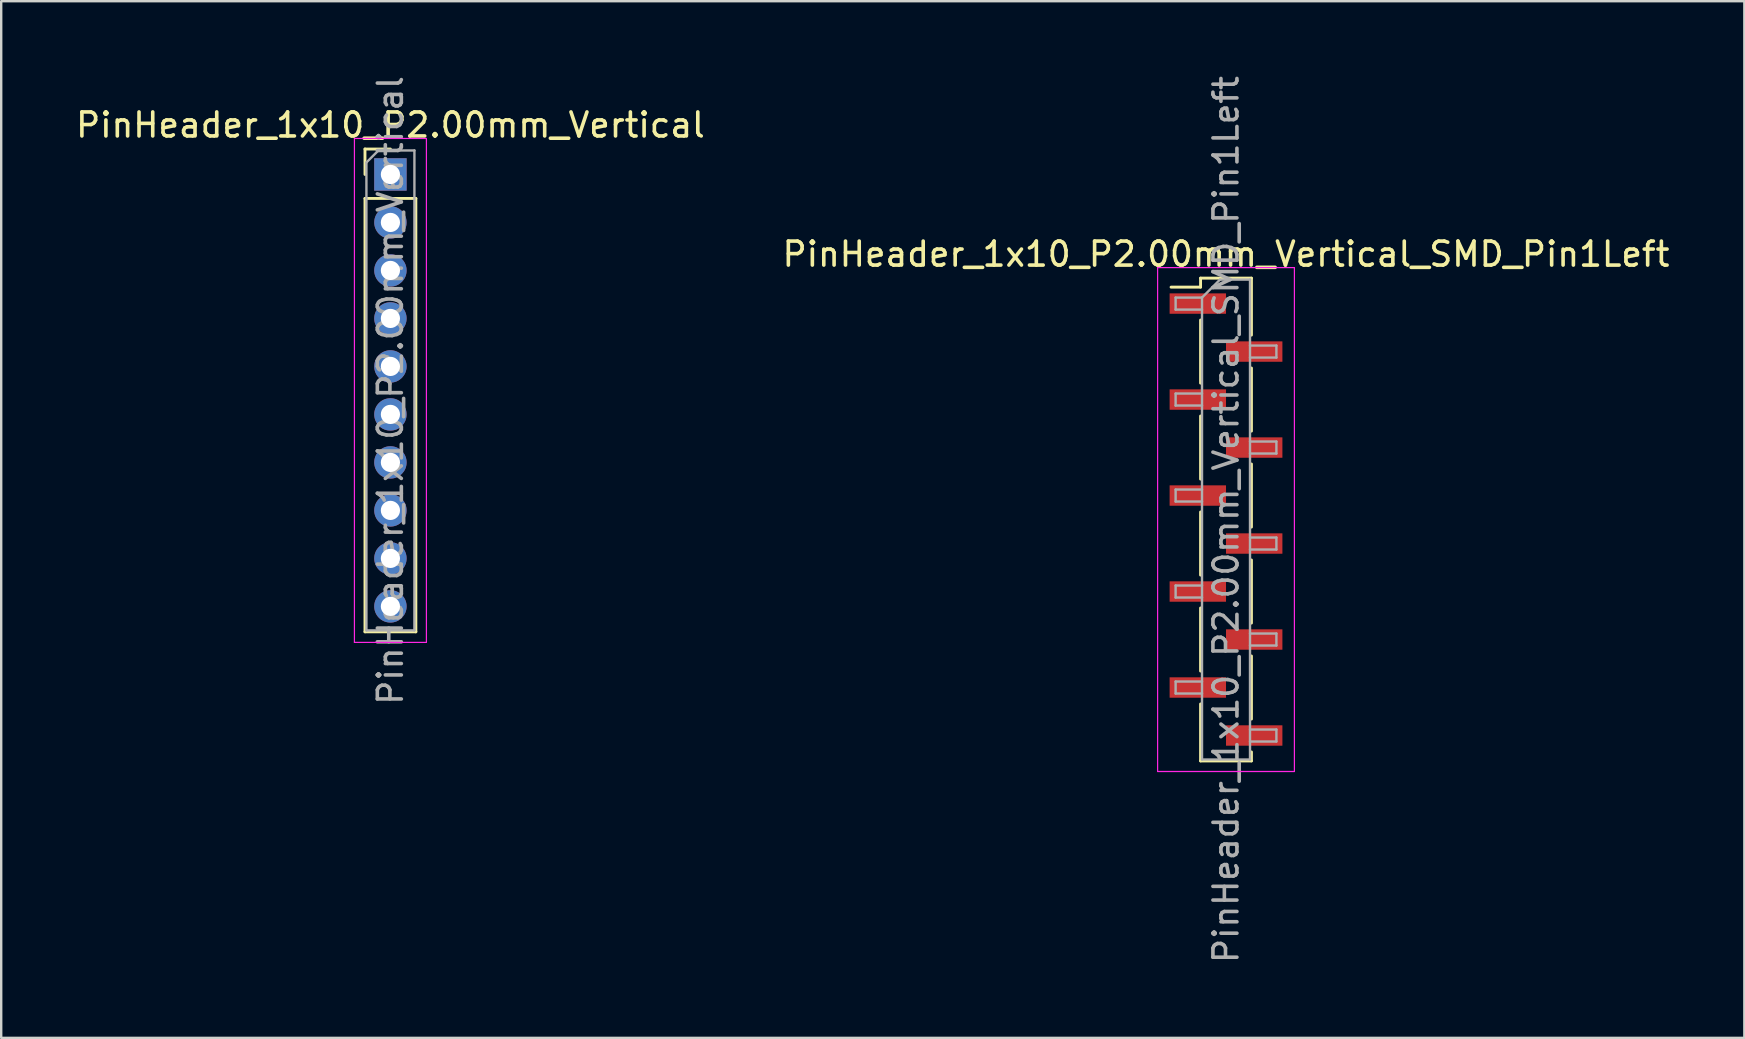
<source format=kicad_pcb>
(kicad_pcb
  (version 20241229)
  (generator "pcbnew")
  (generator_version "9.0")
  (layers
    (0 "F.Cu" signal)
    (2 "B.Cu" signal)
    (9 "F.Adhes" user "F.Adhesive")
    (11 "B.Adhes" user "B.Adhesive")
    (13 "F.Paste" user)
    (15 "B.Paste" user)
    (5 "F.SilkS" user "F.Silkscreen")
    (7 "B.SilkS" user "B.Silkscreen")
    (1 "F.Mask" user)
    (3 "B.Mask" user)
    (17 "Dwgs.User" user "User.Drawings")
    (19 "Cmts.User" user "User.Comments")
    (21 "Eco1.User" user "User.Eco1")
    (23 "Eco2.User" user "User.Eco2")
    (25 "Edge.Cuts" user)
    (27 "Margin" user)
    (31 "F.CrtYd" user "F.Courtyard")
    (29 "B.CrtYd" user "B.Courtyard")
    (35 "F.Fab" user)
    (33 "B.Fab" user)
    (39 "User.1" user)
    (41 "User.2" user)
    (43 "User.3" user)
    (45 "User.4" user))
  (footprint "PinHeader_1x10_P2.00mm_Vertical"
    (layer "F.Cu")
    (at 13.22 4.22)
    (property "Reference" "PinHeader_1x10_P2.00mm_Vertical" (at 0 -2.06 0) (layer "F.SilkS") (effects (font (size 1 1) (thickness 0.15))))
    (attr through_hole)
    (fp_line (start -1.06 -1.06) (end 0 -1.06) (stroke (width 0.12) (type solid)) (layer "F.SilkS"))
    (fp_line (start -1.06 0) (end -1.06 -1.06) (stroke (width 0.12) (type solid)) (layer "F.SilkS"))
    (fp_line (start -1.06 1) (end -1.06 19.06) (stroke (width 0.12) (type solid)) (layer "F.SilkS"))
    (fp_line (start -1.06 1) (end 1.06 1) (stroke (width 0.12) (type solid)) (layer "F.SilkS"))
    (fp_line (start -1.06 19.06) (end 1.06 19.06) (stroke (width 0.12) (type solid)) (layer "F.SilkS"))
    (fp_line (start 1.06 1) (end 1.06 19.06) (stroke (width 0.12) (type solid)) (layer "F.SilkS"))
    (fp_line (start -1.5 -1.5) (end -1.5 19.5) (stroke (width 0.05) (type solid)) (layer "F.CrtYd"))
    (fp_line (start -1.5 19.5) (end 1.5 19.5) (stroke (width 0.05) (type solid)) (layer "F.CrtYd"))
    (fp_line (start 1.5 -1.5) (end -1.5 -1.5) (stroke (width 0.05) (type solid)) (layer "F.CrtYd"))
    (fp_line (start 1.5 19.5) (end 1.5 -1.5) (stroke (width 0.05) (type solid)) (layer "F.CrtYd"))
    (fp_line (start -1 -0.5) (end -0.5 -1) (stroke (width 0.1) (type solid)) (layer "F.Fab"))
    (fp_line (start -1 19) (end -1 -0.5) (stroke (width 0.1) (type solid)) (layer "F.Fab"))
    (fp_line (start -0.5 -1) (end 1 -1) (stroke (width 0.1) (type solid)) (layer "F.Fab"))
    (fp_line (start 1 -1) (end 1 19) (stroke (width 0.1) (type solid)) (layer "F.Fab"))
    (fp_line (start 1 19) (end -1 19) (stroke (width 0.1) (type solid)) (layer "F.Fab"))
    (fp_text user "${REFERENCE}" (at 0 9 90) (layer "F.Fab") (effects (font (size 1 1) (thickness 0.15))))
    (pad "1" thru_hole rect (at 0 0) (size 1.35 1.35) (drill 0.8) (layers "*.Cu" "*.Mask"))
    (pad "2" thru_hole oval (at 0 2) (size 1.35 1.35) (drill 0.8) (layers "*.Cu" "*.Mask"))
    (pad "3" thru_hole oval (at 0 4) (size 1.35 1.35) (drill 0.8) (layers "*.Cu" "*.Mask"))
    (pad "4" thru_hole oval (at 0 6) (size 1.35 1.35) (drill 0.8) (layers "*.Cu" "*.Mask"))
    (pad "5" thru_hole oval (at 0 8) (size 1.35 1.35) (drill 0.8) (layers "*.Cu" "*.Mask"))
    (pad "6" thru_hole oval (at 0 10) (size 1.35 1.35) (drill 0.8) (layers "*.Cu" "*.Mask"))
    (pad "7" thru_hole oval (at 0 12) (size 1.35 1.35) (drill 0.8) (layers "*.Cu" "*.Mask"))
    (pad "8" thru_hole oval (at 0 14) (size 1.35 1.35) (drill 0.8) (layers "*.Cu" "*.Mask"))
    (pad "9" thru_hole oval (at 0 16) (size 1.35 1.35) (drill 0.8) (layers "*.Cu" "*.Mask"))
    (pad "10" thru_hole oval (at 0 18) (size 1.35 1.35) (drill 0.8) (layers "*.Cu" "*.Mask")))
  (footprint "PinHeader_1x10_P2.00mm_Vertical_SMD_Pin1Left"
    (layer "F.Cu")
    (at 48.042 18.601)
    (property "Reference" "PinHeader_1x10_P2.00mm_Vertical_SMD_Pin1Left" (at 0 -11.06 0) (layer "F.SilkS") (effects (font (size 1 1) (thickness 0.15))))
    (attr smd)
    (fp_line (start -1.06 -10.06) (end -1.06 -9.685) (stroke (width 0.12) (type solid)) (layer "F.SilkS"))
    (fp_line (start -1.06 -10.06) (end 1.06 -10.06) (stroke (width 0.12) (type solid)) (layer "F.SilkS"))
    (fp_line (start -1.06 -9.685) (end -2.29 -9.685) (stroke (width 0.12) (type solid)) (layer "F.SilkS"))
    (fp_line (start -1.06 -8.315) (end -1.06 -5.685) (stroke (width 0.12) (type solid)) (layer "F.SilkS"))
    (fp_line (start -1.06 -4.315) (end -1.06 -1.685) (stroke (width 0.12) (type solid)) (layer "F.SilkS"))
    (fp_line (start -1.06 -0.315) (end -1.06 2.315) (stroke (width 0.12) (type solid)) (layer "F.SilkS"))
    (fp_line (start -1.06 3.685) (end -1.06 6.315) (stroke (width 0.12) (type solid)) (layer "F.SilkS"))
    (fp_line (start -1.06 7.685) (end -1.06 10.06) (stroke (width 0.12) (type solid)) (layer "F.SilkS"))
    (fp_line (start -1.06 10.06) (end 1.06 10.06) (stroke (width 0.12) (type solid)) (layer "F.SilkS"))
    (fp_line (start 1.06 -10.06) (end 1.06 -7.685) (stroke (width 0.12) (type solid)) (layer "F.SilkS"))
    (fp_line (start 1.06 -6.315) (end 1.06 -3.685) (stroke (width 0.12) (type solid)) (layer "F.SilkS"))
    (fp_line (start 1.06 -2.315) (end 1.06 0.315) (stroke (width 0.12) (type solid)) (layer "F.SilkS"))
    (fp_line (start 1.06 1.685) (end 1.06 4.315) (stroke (width 0.12) (type solid)) (layer "F.SilkS"))
    (fp_line (start 1.06 5.685) (end 1.06 8.315) (stroke (width 0.12) (type solid)) (layer "F.SilkS"))
    (fp_line (start 1.06 9.685) (end 1.06 10.06) (stroke (width 0.12) (type solid)) (layer "F.SilkS"))
    (fp_line (start -2.85 -10.5) (end -2.85 10.5) (stroke (width 0.05) (type solid)) (layer "F.CrtYd"))
    (fp_line (start -2.85 10.5) (end 2.85 10.5) (stroke (width 0.05) (type solid)) (layer "F.CrtYd"))
    (fp_line (start 2.85 -10.5) (end -2.85 -10.5) (stroke (width 0.05) (type solid)) (layer "F.CrtYd"))
    (fp_line (start 2.85 10.5) (end 2.85 -10.5) (stroke (width 0.05) (type solid)) (layer "F.CrtYd"))
    (fp_line (start -2.1 -9.25) (end -2.1 -8.75) (stroke (width 0.1) (type solid)) (layer "F.Fab"))
    (fp_line (start -2.1 -8.75) (end -1 -8.75) (stroke (width 0.1) (type solid)) (layer "F.Fab"))
    (fp_line (start -2.1 -5.25) (end -2.1 -4.75) (stroke (width 0.1) (type solid)) (layer "F.Fab"))
    (fp_line (start -2.1 -4.75) (end -1 -4.75) (stroke (width 0.1) (type solid)) (layer "F.Fab"))
    (fp_line (start -2.1 -1.25) (end -2.1 -0.75) (stroke (width 0.1) (type solid)) (layer "F.Fab"))
    (fp_line (start -2.1 -0.75) (end -1 -0.75) (stroke (width 0.1) (type solid)) (layer "F.Fab"))
    (fp_line (start -2.1 2.75) (end -2.1 3.25) (stroke (width 0.1) (type solid)) (layer "F.Fab"))
    (fp_line (start -2.1 3.25) (end -1 3.25) (stroke (width 0.1) (type solid)) (layer "F.Fab"))
    (fp_line (start -2.1 6.75) (end -2.1 7.25) (stroke (width 0.1) (type solid)) (layer "F.Fab"))
    (fp_line (start -2.1 7.25) (end -1 7.25) (stroke (width 0.1) (type solid)) (layer "F.Fab"))
    (fp_line (start -1 -9.25) (end -2.1 -9.25) (stroke (width 0.1) (type solid)) (layer "F.Fab"))
    (fp_line (start -1 -9.25) (end -0.25 -10) (stroke (width 0.1) (type solid)) (layer "F.Fab"))
    (fp_line (start -1 -5.25) (end -2.1 -5.25) (stroke (width 0.1) (type solid)) (layer "F.Fab"))
    (fp_line (start -1 -1.25) (end -2.1 -1.25) (stroke (width 0.1) (type solid)) (layer "F.Fab"))
    (fp_line (start -1 2.75) (end -2.1 2.75) (stroke (width 0.1) (type solid)) (layer "F.Fab"))
    (fp_line (start -1 6.75) (end -2.1 6.75) (stroke (width 0.1) (type solid)) (layer "F.Fab"))
    (fp_line (start -1 10) (end -1 -9.25) (stroke (width 0.1) (type solid)) (layer "F.Fab"))
    (fp_line (start -0.25 -10) (end 1 -10) (stroke (width 0.1) (type solid)) (layer "F.Fab"))
    (fp_line (start 1 -10) (end 1 10) (stroke (width 0.1) (type solid)) (layer "F.Fab"))
    (fp_line (start 1 -7.25) (end 2.1 -7.25) (stroke (width 0.1) (type solid)) (layer "F.Fab"))
    (fp_line (start 1 -3.25) (end 2.1 -3.25) (stroke (width 0.1) (type solid)) (layer "F.Fab"))
    (fp_line (start 1 0.75) (end 2.1 0.75) (stroke (width 0.1) (type solid)) (layer "F.Fab"))
    (fp_line (start 1 4.75) (end 2.1 4.75) (stroke (width 0.1) (type solid)) (layer "F.Fab"))
    (fp_line (start 1 8.75) (end 2.1 8.75) (stroke (width 0.1) (type solid)) (layer "F.Fab"))
    (fp_line (start 1 10) (end -1 10) (stroke (width 0.1) (type solid)) (layer "F.Fab"))
    (fp_line (start 2.1 -7.25) (end 2.1 -6.75) (stroke (width 0.1) (type solid)) (layer "F.Fab"))
    (fp_line (start 2.1 -6.75) (end 1 -6.75) (stroke (width 0.1) (type solid)) (layer "F.Fab"))
    (fp_line (start 2.1 -3.25) (end 2.1 -2.75) (stroke (width 0.1) (type solid)) (layer "F.Fab"))
    (fp_line (start 2.1 -2.75) (end 1 -2.75) (stroke (width 0.1) (type solid)) (layer "F.Fab"))
    (fp_line (start 2.1 0.75) (end 2.1 1.25) (stroke (width 0.1) (type solid)) (layer "F.Fab"))
    (fp_line (start 2.1 1.25) (end 1 1.25) (stroke (width 0.1) (type solid)) (layer "F.Fab"))
    (fp_line (start 2.1 4.75) (end 2.1 5.25) (stroke (width 0.1) (type solid)) (layer "F.Fab"))
    (fp_line (start 2.1 5.25) (end 1 5.25) (stroke (width 0.1) (type solid)) (layer "F.Fab"))
    (fp_line (start 2.1 8.75) (end 2.1 9.25) (stroke (width 0.1) (type solid)) (layer "F.Fab"))
    (fp_line (start 2.1 9.25) (end 1 9.25) (stroke (width 0.1) (type solid)) (layer "F.Fab"))
    (fp_text user "${REFERENCE}" (at 0 0 90) (layer "F.Fab") (effects (font (size 1 1) (thickness 0.15))))
    (pad "1" smd rect (at -1.175 -9) (size 2.35 0.85) (layers "F.Cu" "F.Mask" "F.Paste"))
    (pad "2" smd rect (at 1.175 -7) (size 2.35 0.85) (layers "F.Cu" "F.Mask" "F.Paste"))
    (pad "3" smd rect (at -1.175 -5) (size 2.35 0.85) (layers "F.Cu" "F.Mask" "F.Paste"))
    (pad "4" smd rect (at 1.175 -3) (size 2.35 0.85) (layers "F.Cu" "F.Mask" "F.Paste"))
    (pad "5" smd rect (at -1.175 -1) (size 2.35 0.85) (layers "F.Cu" "F.Mask" "F.Paste"))
    (pad "6" smd rect (at 1.175 1) (size 2.35 0.85) (layers "F.Cu" "F.Mask" "F.Paste"))
    (pad "7" smd rect (at -1.175 3) (size 2.35 0.85) (layers "F.Cu" "F.Mask" "F.Paste"))
    (pad "8" smd rect (at 1.175 5) (size 2.35 0.85) (layers "F.Cu" "F.Mask" "F.Paste"))
    (pad "9" smd rect (at -1.175 7) (size 2.35 0.85) (layers "F.Cu" "F.Mask" "F.Paste"))
    (pad "10" smd rect (at 1.175 9) (size 2.35 0.85) (layers "F.Cu" "F.Mask" "F.Paste")))
  (gr_rect
    (start -3 -3)
    (end 69.643 40.202)
    (stroke (width 0.1) (type default))
    (fill no)
    (layer "Edge.Cuts")))
</source>
